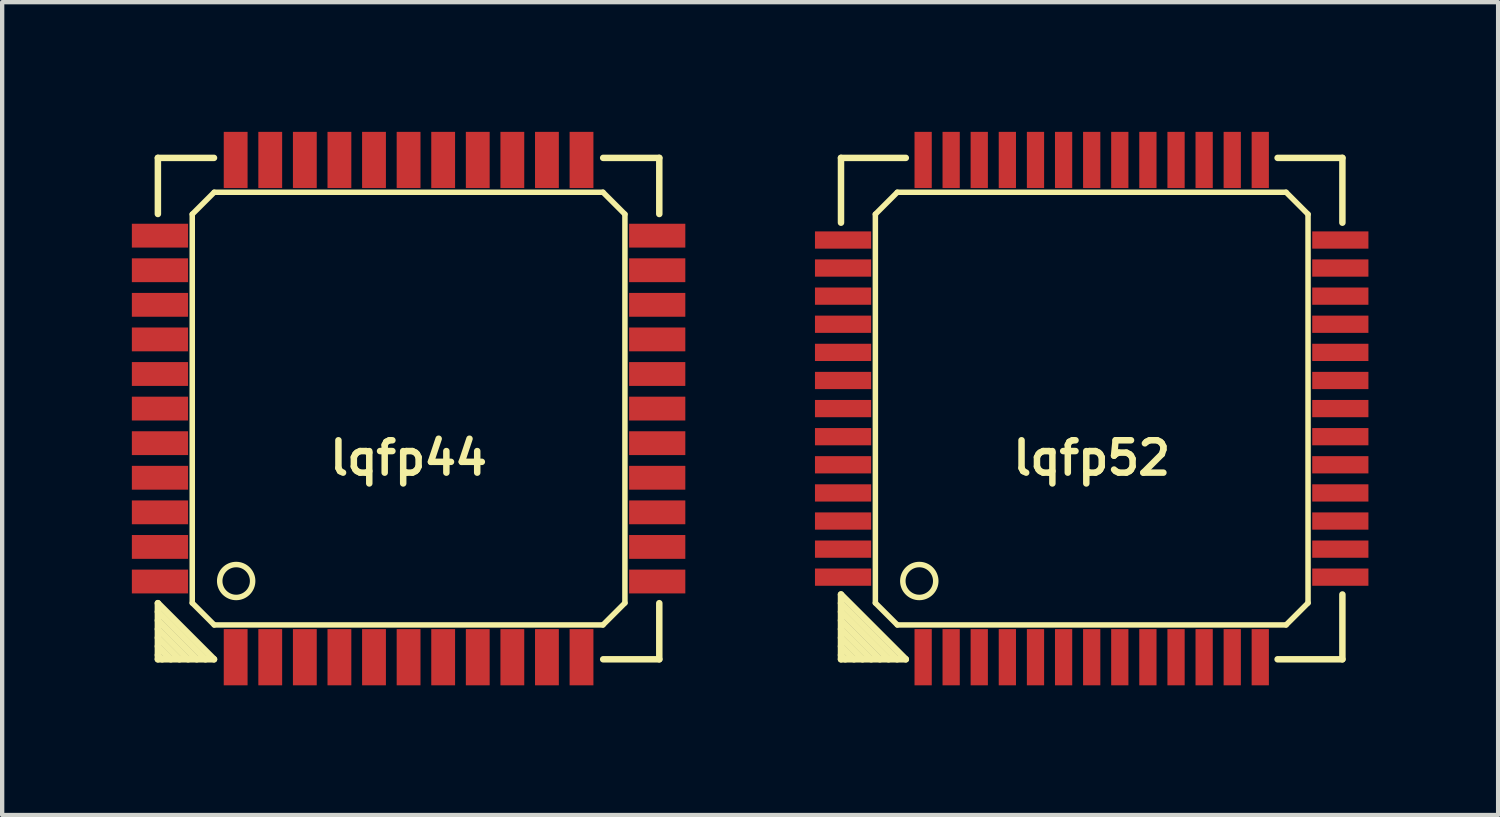
<source format=kicad_pcb>
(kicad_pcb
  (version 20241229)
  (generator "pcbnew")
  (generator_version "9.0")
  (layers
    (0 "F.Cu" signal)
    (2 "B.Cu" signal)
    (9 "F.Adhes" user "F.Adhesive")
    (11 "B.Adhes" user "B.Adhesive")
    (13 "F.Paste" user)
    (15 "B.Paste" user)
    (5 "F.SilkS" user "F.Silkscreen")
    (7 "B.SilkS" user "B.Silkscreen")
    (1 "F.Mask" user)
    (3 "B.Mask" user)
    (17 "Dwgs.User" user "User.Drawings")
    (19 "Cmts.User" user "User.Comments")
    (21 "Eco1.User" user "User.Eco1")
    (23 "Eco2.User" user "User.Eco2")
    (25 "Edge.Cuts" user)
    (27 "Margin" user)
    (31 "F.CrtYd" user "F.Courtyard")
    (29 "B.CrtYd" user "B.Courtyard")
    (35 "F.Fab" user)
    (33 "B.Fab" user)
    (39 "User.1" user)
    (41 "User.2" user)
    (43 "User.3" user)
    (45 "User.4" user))
  (footprint "lqfp52"
    (layer "F.Cu")
    (at 22.202 6.401)
    (property "Reference" "lqfp52" (at 0 1.143 0) (layer "F.SilkS") (effects (font (size 0.749 0.749) (thickness 0.15))))
    (attr through_hole)
    (fp_line (start -5.799 -5.799) (end -4.3 -5.799) (stroke (width 0.15) (type solid)) (layer "F.SilkS"))
    (fp_line (start -5.799 -4.3) (end -5.799 -5.799) (stroke (width 0.15) (type solid)) (layer "F.SilkS"))
    (fp_line (start -5.799 4.3) (end -4.3 5.799) (stroke (width 0.15) (type solid)) (layer "F.SilkS"))
    (fp_line (start -5.799 4.699) (end -4.699 5.799) (stroke (width 0.15) (type solid)) (layer "F.SilkS"))
    (fp_line (start -5.799 5.1) (end -5.1 5.799) (stroke (width 0.15) (type solid)) (layer "F.SilkS"))
    (fp_line (start -5.799 5.499) (end -5.499 5.799) (stroke (width 0.15) (type solid)) (layer "F.SilkS"))
    (fp_line (start -5.799 5.799) (end -5.799 4.3) (stroke (width 0.15) (type solid)) (layer "F.SilkS"))
    (fp_line (start -5.7 5.799) (end -5.799 5.7) (stroke (width 0.15) (type solid)) (layer "F.SilkS"))
    (fp_line (start -5.301 5.799) (end -5.799 5.301) (stroke (width 0.15) (type solid)) (layer "F.SilkS"))
    (fp_line (start -5.004 -4.496) (end -4.496 -5.004) (stroke (width 0.127) (type solid)) (layer "F.SilkS"))
    (fp_line (start -5.004 4.496) (end -5.004 -4.496) (stroke (width 0.127) (type solid)) (layer "F.SilkS"))
    (fp_line (start -4.9 5.799) (end -5.799 4.9) (stroke (width 0.15) (type solid)) (layer "F.SilkS"))
    (fp_line (start -4.501 5.799) (end -5.799 4.501) (stroke (width 0.15) (type solid)) (layer "F.SilkS"))
    (fp_line (start -4.496 -5.004) (end 4.496 -5.004) (stroke (width 0.127) (type solid)) (layer "F.SilkS"))
    (fp_line (start -4.496 5.004) (end -5.004 4.496) (stroke (width 0.127) (type solid)) (layer "F.SilkS"))
    (fp_line (start -4.3 5.799) (end -5.799 5.799) (stroke (width 0.15) (type solid)) (layer "F.SilkS"))
    (fp_line (start 4.3 -5.799) (end 5.799 -5.799) (stroke (width 0.15) (type solid)) (layer "F.SilkS"))
    (fp_line (start 4.496 -5.004) (end 5.004 -4.496) (stroke (width 0.127) (type solid)) (layer "F.SilkS"))
    (fp_line (start 4.496 5.004) (end -4.496 5.004) (stroke (width 0.127) (type solid)) (layer "F.SilkS"))
    (fp_line (start 5.004 4.496) (end 4.496 5.004) (stroke (width 0.127) (type solid)) (layer "F.SilkS"))
    (fp_line (start 5.004 4.496) (end 5.004 -4.496) (stroke (width 0.127) (type solid)) (layer "F.SilkS"))
    (fp_line (start 5.799 -5.799) (end 5.799 -4.3) (stroke (width 0.15) (type solid)) (layer "F.SilkS"))
    (fp_line (start 5.799 4.3) (end 5.799 5.799) (stroke (width 0.15) (type solid)) (layer "F.SilkS"))
    (fp_line (start 5.799 5.799) (end 4.3 5.799) (stroke (width 0.15) (type solid)) (layer "F.SilkS"))
    (fp_circle (center -3.988 3.988) (end -4.216 4.293) (stroke (width 0.127) (type solid)) (fill no) (layer "F.SilkS"))
    (pad "1" smd rect (at -3.899 5.751) (size 0.399 1.3) (layers "F.Cu" "F.Mask" "F.Paste"))
    (pad "2" smd rect (at -3.251 5.751) (size 0.399 1.3) (layers "F.Cu" "F.Mask" "F.Paste"))
    (pad "3" smd rect (at -2.601 5.751) (size 0.399 1.3) (layers "F.Cu" "F.Mask" "F.Paste"))
    (pad "4" smd rect (at -1.951 5.751) (size 0.399 1.3) (layers "F.Cu" "F.Mask" "F.Paste"))
    (pad "5" smd rect (at -1.3 5.751) (size 0.399 1.3) (layers "F.Cu" "F.Mask" "F.Paste"))
    (pad "6" smd rect (at -0.65 5.751) (size 0.399 1.3) (layers "F.Cu" "F.Mask" "F.Paste"))
    (pad "7" smd rect (at 0 5.751) (size 0.399 1.3) (layers "F.Cu" "F.Mask" "F.Paste"))
    (pad "8" smd rect (at 0.65 5.751) (size 0.399 1.3) (layers "F.Cu" "F.Mask" "F.Paste"))
    (pad "9" smd rect (at 1.3 5.751) (size 0.399 1.3) (layers "F.Cu" "F.Mask" "F.Paste"))
    (pad "10" smd rect (at 1.951 5.751) (size 0.399 1.3) (layers "F.Cu" "F.Mask" "F.Paste"))
    (pad "11" smd rect (at 2.601 5.751) (size 0.399 1.3) (layers "F.Cu" "F.Mask" "F.Paste"))
    (pad "12" smd rect (at 3.251 5.751) (size 0.399 1.3) (layers "F.Cu" "F.Mask" "F.Paste"))
    (pad "13" smd rect (at 3.899 5.751) (size 0.399 1.3) (layers "F.Cu" "F.Mask" "F.Paste"))
    (pad "14" smd rect (at 5.751 3.899) (size 1.3 0.399) (layers "F.Cu" "F.Mask" "F.Paste"))
    (pad "15" smd rect (at 5.751 3.251) (size 1.3 0.399) (layers "F.Cu" "F.Mask" "F.Paste"))
    (pad "16" smd rect (at 5.751 2.601) (size 1.3 0.399) (layers "F.Cu" "F.Mask" "F.Paste"))
    (pad "17" smd rect (at 5.751 1.951) (size 1.3 0.399) (layers "F.Cu" "F.Mask" "F.Paste"))
    (pad "18" smd rect (at 5.751 1.3) (size 1.3 0.399) (layers "F.Cu" "F.Mask" "F.Paste"))
    (pad "19" smd rect (at 5.751 0.65) (size 1.3 0.399) (layers "F.Cu" "F.Mask" "F.Paste"))
    (pad "20" smd rect (at 5.751 0) (size 1.3 0.399) (layers "F.Cu" "F.Mask" "F.Paste"))
    (pad "21" smd rect (at 5.751 -0.65) (size 1.3 0.399) (layers "F.Cu" "F.Mask" "F.Paste"))
    (pad "22" smd rect (at 5.751 -1.3) (size 1.3 0.399) (layers "F.Cu" "F.Mask" "F.Paste"))
    (pad "23" smd rect (at 5.751 -1.951) (size 1.3 0.399) (layers "F.Cu" "F.Mask" "F.Paste"))
    (pad "24" smd rect (at 5.751 -2.601) (size 1.3 0.399) (layers "F.Cu" "F.Mask" "F.Paste"))
    (pad "25" smd rect (at 5.751 -3.251) (size 1.3 0.399) (layers "F.Cu" "F.Mask" "F.Paste"))
    (pad "26" smd rect (at 5.751 -3.899) (size 1.3 0.399) (layers "F.Cu" "F.Mask" "F.Paste"))
    (pad "27" smd rect (at 3.899 -5.751) (size 0.399 1.3) (layers "F.Cu" "F.Mask" "F.Paste"))
    (pad "28" smd rect (at 3.251 -5.751) (size 0.399 1.3) (layers "F.Cu" "F.Mask" "F.Paste"))
    (pad "29" smd rect (at 2.601 -5.751) (size 0.399 1.3) (layers "F.Cu" "F.Mask" "F.Paste"))
    (pad "30" smd rect (at 1.951 -5.751) (size 0.399 1.3) (layers "F.Cu" "F.Mask" "F.Paste"))
    (pad "31" smd rect (at 1.3 -5.751) (size 0.399 1.3) (layers "F.Cu" "F.Mask" "F.Paste"))
    (pad "32" smd rect (at 0.65 -5.751) (size 0.399 1.3) (layers "F.Cu" "F.Mask" "F.Paste"))
    (pad "33" smd rect (at 0 -5.751) (size 0.399 1.3) (layers "F.Cu" "F.Mask" "F.Paste"))
    (pad "34" smd rect (at -0.65 -5.751) (size 0.399 1.3) (layers "F.Cu" "F.Mask" "F.Paste"))
    (pad "35" smd rect (at -1.3 -5.751) (size 0.399 1.3) (layers "F.Cu" "F.Mask" "F.Paste"))
    (pad "36" smd rect (at -1.951 -5.751) (size 0.399 1.3) (layers "F.Cu" "F.Mask" "F.Paste"))
    (pad "37" smd rect (at -2.601 -5.751) (size 0.399 1.3) (layers "F.Cu" "F.Mask" "F.Paste"))
    (pad "38" smd rect (at -3.251 -5.751) (size 0.399 1.3) (layers "F.Cu" "F.Mask" "F.Paste"))
    (pad "39" smd rect (at -3.899 -5.751) (size 0.399 1.3) (layers "F.Cu" "F.Mask" "F.Paste"))
    (pad "40" smd rect (at -5.751 -3.899) (size 1.3 0.399) (layers "F.Cu" "F.Mask" "F.Paste"))
    (pad "41" smd rect (at -5.751 -3.251) (size 1.3 0.399) (layers "F.Cu" "F.Mask" "F.Paste"))
    (pad "42" smd rect (at -5.751 -2.601) (size 1.3 0.399) (layers "F.Cu" "F.Mask" "F.Paste"))
    (pad "43" smd rect (at -5.751 -1.951) (size 1.3 0.399) (layers "F.Cu" "F.Mask" "F.Paste"))
    (pad "44" smd rect (at -5.751 -1.3) (size 1.3 0.399) (layers "F.Cu" "F.Mask" "F.Paste"))
    (pad "45" smd rect (at -5.751 -0.65) (size 1.3 0.399) (layers "F.Cu" "F.Mask" "F.Paste"))
    (pad "46" smd rect (at -5.751 0) (size 1.3 0.399) (layers "F.Cu" "F.Mask" "F.Paste"))
    (pad "47" smd rect (at -5.751 0.65) (size 1.3 0.399) (layers "F.Cu" "F.Mask" "F.Paste"))
    (pad "48" smd rect (at -5.751 1.3) (size 1.3 0.399) (layers "F.Cu" "F.Mask" "F.Paste"))
    (pad "49" smd rect (at -5.751 1.951) (size 1.3 0.399) (layers "F.Cu" "F.Mask" "F.Paste"))
    (pad "50" smd rect (at -5.751 2.601) (size 1.3 0.399) (layers "F.Cu" "F.Mask" "F.Paste"))
    (pad "51" smd rect (at -5.751 3.251) (size 1.3 0.399) (layers "F.Cu" "F.Mask" "F.Paste"))
    (pad "52" smd rect (at -5.751 3.899) (size 1.3 0.399) (layers "F.Cu" "F.Mask" "F.Paste")))
  (footprint "lqfp44"
    (layer "F.Cu")
    (at 6.401 6.401)
    (property "Reference" "lqfp44" (at 0 1.143 0) (layer "F.SilkS") (effects (font (size 0.749 0.749) (thickness 0.15))))
    (attr through_hole)
    (fp_line (start -5.799 -5.799) (end -4.501 -5.799) (stroke (width 0.15) (type solid)) (layer "F.SilkS"))
    (fp_line (start -5.799 -4.501) (end -5.799 -5.799) (stroke (width 0.15) (type solid)) (layer "F.SilkS"))
    (fp_line (start -5.799 4.501) (end -4.501 5.799) (stroke (width 0.15) (type solid)) (layer "F.SilkS"))
    (fp_line (start -5.799 4.9) (end -4.9 5.799) (stroke (width 0.15) (type solid)) (layer "F.SilkS"))
    (fp_line (start -5.799 5.301) (end -5.301 5.799) (stroke (width 0.15) (type solid)) (layer "F.SilkS"))
    (fp_line (start -5.799 5.7) (end -5.7 5.799) (stroke (width 0.15) (type solid)) (layer "F.SilkS"))
    (fp_line (start -5.799 5.799) (end -5.799 4.501) (stroke (width 0.15) (type solid)) (layer "F.SilkS"))
    (fp_line (start -5.499 5.799) (end -5.799 5.499) (stroke (width 0.15) (type solid)) (layer "F.SilkS"))
    (fp_line (start -5.1 5.799) (end -5.799 5.1) (stroke (width 0.15) (type solid)) (layer "F.SilkS"))
    (fp_line (start -5.004 -4.496) (end -4.496 -5.004) (stroke (width 0.127) (type solid)) (layer "F.SilkS"))
    (fp_line (start -5.004 4.496) (end -5.004 -4.496) (stroke (width 0.127) (type solid)) (layer "F.SilkS"))
    (fp_line (start -4.699 5.799) (end -5.799 4.699) (stroke (width 0.15) (type solid)) (layer "F.SilkS"))
    (fp_line (start -4.501 5.799) (end -5.799 5.799) (stroke (width 0.15) (type solid)) (layer "F.SilkS"))
    (fp_line (start -4.496 -5.004) (end 4.496 -5.004) (stroke (width 0.127) (type solid)) (layer "F.SilkS"))
    (fp_line (start -4.496 5.004) (end -5.004 4.496) (stroke (width 0.127) (type solid)) (layer "F.SilkS"))
    (fp_line (start 4.496 -5.004) (end 5.004 -4.496) (stroke (width 0.127) (type solid)) (layer "F.SilkS"))
    (fp_line (start 4.496 5.004) (end -4.496 5.004) (stroke (width 0.127) (type solid)) (layer "F.SilkS"))
    (fp_line (start 4.501 -5.799) (end 5.799 -5.799) (stroke (width 0.15) (type solid)) (layer "F.SilkS"))
    (fp_line (start 5.004 4.496) (end 4.496 5.004) (stroke (width 0.127) (type solid)) (layer "F.SilkS"))
    (fp_line (start 5.004 4.496) (end 5.004 -4.496) (stroke (width 0.127) (type solid)) (layer "F.SilkS"))
    (fp_line (start 5.799 -5.799) (end 5.799 -4.501) (stroke (width 0.15) (type solid)) (layer "F.SilkS"))
    (fp_line (start 5.799 4.501) (end 5.799 5.799) (stroke (width 0.15) (type solid)) (layer "F.SilkS"))
    (fp_line (start 5.799 5.799) (end 4.501 5.799) (stroke (width 0.15) (type solid)) (layer "F.SilkS"))
    (fp_circle (center -3.988 3.988) (end -4.216 4.293) (stroke (width 0.127) (type solid)) (fill no) (layer "F.SilkS"))
    (pad "1" smd rect (at -4 5.751) (size 0.551 1.3) (layers "F.Cu" "F.Mask" "F.Paste"))
    (pad "2" smd rect (at -3.2 5.751) (size 0.551 1.3) (layers "F.Cu" "F.Mask" "F.Paste"))
    (pad "3" smd rect (at -2.4 5.751) (size 0.551 1.3) (layers "F.Cu" "F.Mask" "F.Paste"))
    (pad "4" smd rect (at -1.6 5.751) (size 0.551 1.3) (layers "F.Cu" "F.Mask" "F.Paste"))
    (pad "5" smd rect (at -0.8 5.751) (size 0.551 1.3) (layers "F.Cu" "F.Mask" "F.Paste"))
    (pad "6" smd rect (at 0 5.751) (size 0.551 1.3) (layers "F.Cu" "F.Mask" "F.Paste"))
    (pad "7" smd rect (at 0.8 5.751) (size 0.551 1.3) (layers "F.Cu" "F.Mask" "F.Paste"))
    (pad "8" smd rect (at 1.6 5.751) (size 0.551 1.3) (layers "F.Cu" "F.Mask" "F.Paste"))
    (pad "9" smd rect (at 2.4 5.751) (size 0.551 1.3) (layers "F.Cu" "F.Mask" "F.Paste"))
    (pad "10" smd rect (at 3.2 5.751) (size 0.551 1.3) (layers "F.Cu" "F.Mask" "F.Paste"))
    (pad "11" smd rect (at 4 5.751) (size 0.551 1.3) (layers "F.Cu" "F.Mask" "F.Paste"))
    (pad "12" smd rect (at 5.751 4) (size 1.3 0.551) (layers "F.Cu" "F.Mask" "F.Paste"))
    (pad "13" smd rect (at 5.751 3.2) (size 1.3 0.551) (layers "F.Cu" "F.Mask" "F.Paste"))
    (pad "14" smd rect (at 5.751 2.4) (size 1.3 0.551) (layers "F.Cu" "F.Mask" "F.Paste"))
    (pad "15" smd rect (at 5.751 1.6) (size 1.3 0.551) (layers "F.Cu" "F.Mask" "F.Paste"))
    (pad "16" smd rect (at 5.751 0.8) (size 1.3 0.551) (layers "F.Cu" "F.Mask" "F.Paste"))
    (pad "17" smd rect (at 5.751 0) (size 1.3 0.551) (layers "F.Cu" "F.Mask" "F.Paste"))
    (pad "18" smd rect (at 5.751 -0.8) (size 1.3 0.551) (layers "F.Cu" "F.Mask" "F.Paste"))
    (pad "19" smd rect (at 5.751 -1.6) (size 1.3 0.551) (layers "F.Cu" "F.Mask" "F.Paste"))
    (pad "20" smd rect (at 5.751 -2.4) (size 1.3 0.551) (layers "F.Cu" "F.Mask" "F.Paste"))
    (pad "21" smd rect (at 5.751 -3.2) (size 1.3 0.551) (layers "F.Cu" "F.Mask" "F.Paste"))
    (pad "22" smd rect (at 5.751 -4) (size 1.3 0.551) (layers "F.Cu" "F.Mask" "F.Paste"))
    (pad "23" smd rect (at 4 -5.751) (size 0.551 1.3) (layers "F.Cu" "F.Mask" "F.Paste"))
    (pad "24" smd rect (at 3.2 -5.751) (size 0.551 1.3) (layers "F.Cu" "F.Mask" "F.Paste"))
    (pad "25" smd rect (at 2.4 -5.751) (size 0.551 1.3) (layers "F.Cu" "F.Mask" "F.Paste"))
    (pad "26" smd rect (at 1.6 -5.751) (size 0.551 1.3) (layers "F.Cu" "F.Mask" "F.Paste"))
    (pad "27" smd rect (at 0.8 -5.751) (size 0.551 1.3) (layers "F.Cu" "F.Mask" "F.Paste"))
    (pad "28" smd rect (at 0 -5.751) (size 0.551 1.3) (layers "F.Cu" "F.Mask" "F.Paste"))
    (pad "29" smd rect (at -0.8 -5.751) (size 0.551 1.3) (layers "F.Cu" "F.Mask" "F.Paste"))
    (pad "30" smd rect (at -1.6 -5.751) (size 0.551 1.3) (layers "F.Cu" "F.Mask" "F.Paste"))
    (pad "31" smd rect (at -2.4 -5.751) (size 0.551 1.3) (layers "F.Cu" "F.Mask" "F.Paste"))
    (pad "32" smd rect (at -3.2 -5.751) (size 0.551 1.3) (layers "F.Cu" "F.Mask" "F.Paste"))
    (pad "33" smd rect (at -4 -5.751) (size 0.551 1.3) (layers "F.Cu" "F.Mask" "F.Paste"))
    (pad "34" smd rect (at -5.751 -4) (size 1.3 0.551) (layers "F.Cu" "F.Mask" "F.Paste"))
    (pad "35" smd rect (at -5.751 -3.2) (size 1.3 0.551) (layers "F.Cu" "F.Mask" "F.Paste"))
    (pad "36" smd rect (at -5.751 -2.4) (size 1.3 0.551) (layers "F.Cu" "F.Mask" "F.Paste"))
    (pad "37" smd rect (at -5.751 -1.6) (size 1.3 0.551) (layers "F.Cu" "F.Mask" "F.Paste"))
    (pad "38" smd rect (at -5.751 -0.8) (size 1.3 0.551) (layers "F.Cu" "F.Mask" "F.Paste"))
    (pad "39" smd rect (at -5.751 0) (size 1.3 0.551) (layers "F.Cu" "F.Mask" "F.Paste"))
    (pad "40" smd rect (at -5.751 0.8) (size 1.3 0.551) (layers "F.Cu" "F.Mask" "F.Paste"))
    (pad "41" smd rect (at -5.751 1.6) (size 1.3 0.551) (layers "F.Cu" "F.Mask" "F.Paste"))
    (pad "42" smd rect (at -5.751 2.4) (size 1.3 0.551) (layers "F.Cu" "F.Mask" "F.Paste"))
    (pad "43" smd rect (at -5.751 3.2) (size 1.3 0.551) (layers "F.Cu" "F.Mask" "F.Paste"))
    (pad "44" smd rect (at -5.751 4) (size 1.3 0.551) (layers "F.Cu" "F.Mask" "F.Paste")))
  (gr_rect
    (start -3 -3)
    (end 31.603 15.802)
    (stroke (width 0.1) (type default))
    (fill no)
    (layer "Edge.Cuts")))
</source>
